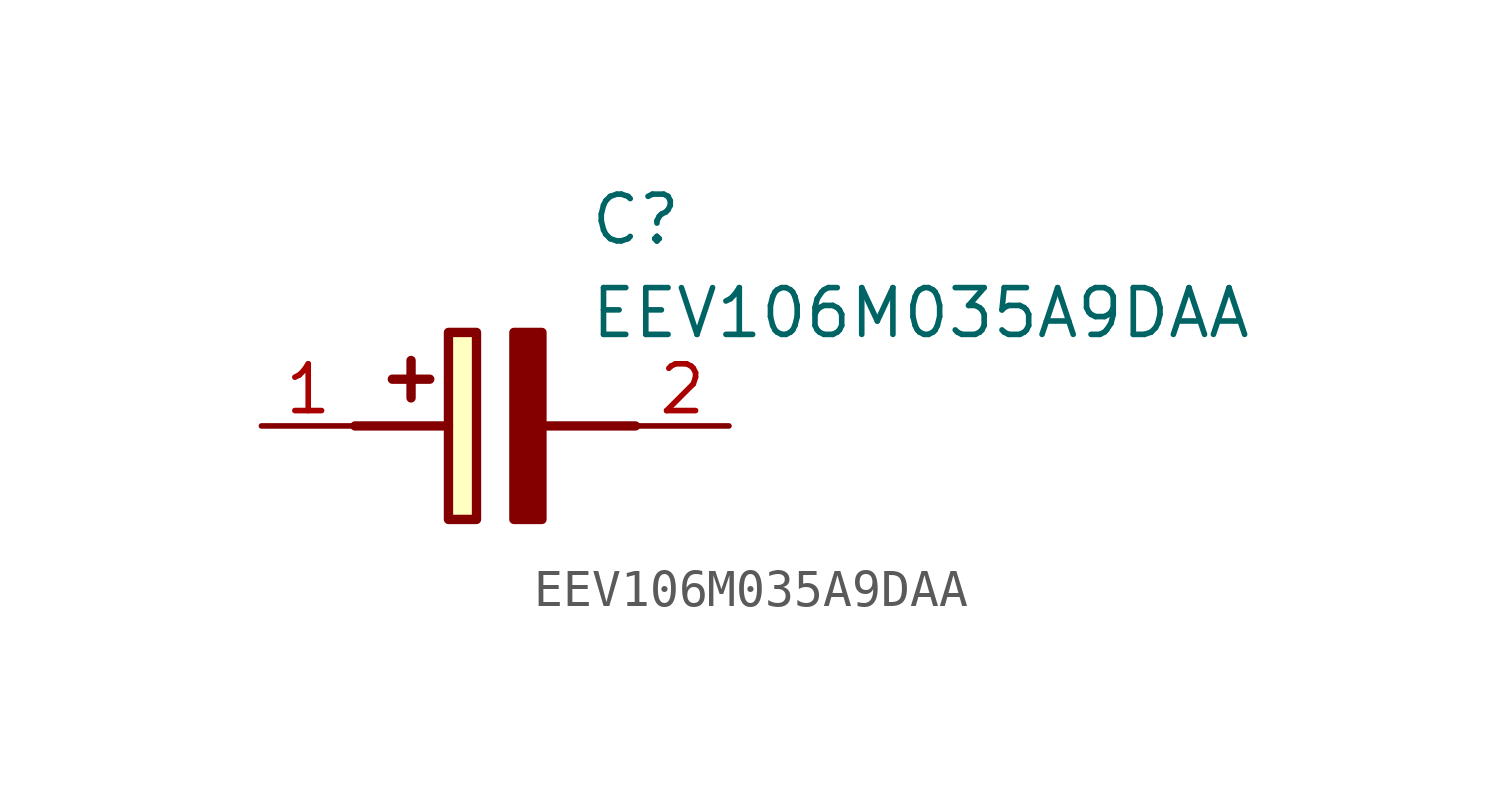
<source format=kicad_sym>
(kicad_symbol_lib
  (version 20211014)
  (generator SamacSys_ECAD_Model)
  (symbol "EEV106M035A9DAA"
    (pin_names hide)
    (property "Reference" "C"
      (at 8.89 6.35 0)
      (effects (font (size 1.27 1.27)) (justify left top)))
    (property "Value" "EEV106M035A9DAA"
      (at 8.89 3.81 0)
      (effects (font (size 1.27 1.27)) (justify left top)))
    (rectangle
      (start 5.08 2.54)
      (end 5.842 -2.54)
      (stroke (width 0.254) (type default))
      (fill (type background)))
    (polyline
      (pts (xy 4.572 1.27) (xy 3.556 1.27))
      (stroke (width 0.254) (type default))
      (fill (type none)))
    (polyline
      (pts (xy 4.064 1.778) (xy 4.064 0.762))
      (stroke (width 0.254) (type default))
      (fill (type none)))
    (polyline
      (pts (xy 2.54 0) (xy 5.08 0))
      (stroke (width 0.254) (type default))
      (fill (type none)))
    (polyline
      (pts (xy 7.62 0) (xy 10.16 0))
      (stroke (width 0.254) (type default))
      (fill (type none)))
    (polyline
      (pts (xy 7.62 2.54) (xy 7.62 -2.54) (xy 6.858 -2.54) (xy 6.858 2.54) (xy 7.62 2.54))
      (stroke (width 0.254) (type default))
      (fill (type outline)))
    (pin passive line
      (at 0 0 0)
      (length 2.54)
      (name "+" (effects (font (size 1.27 1.27))))
      (number "1" (effects (font (size 1.27 1.27)))))
    (pin passive line
      (at 12.7 0 180)
      (length 2.54)
      (name "-" (effects (font (size 1.27 1.27))))
      (number "2" (effects (font (size 1.27 1.27)))))))
</source>
